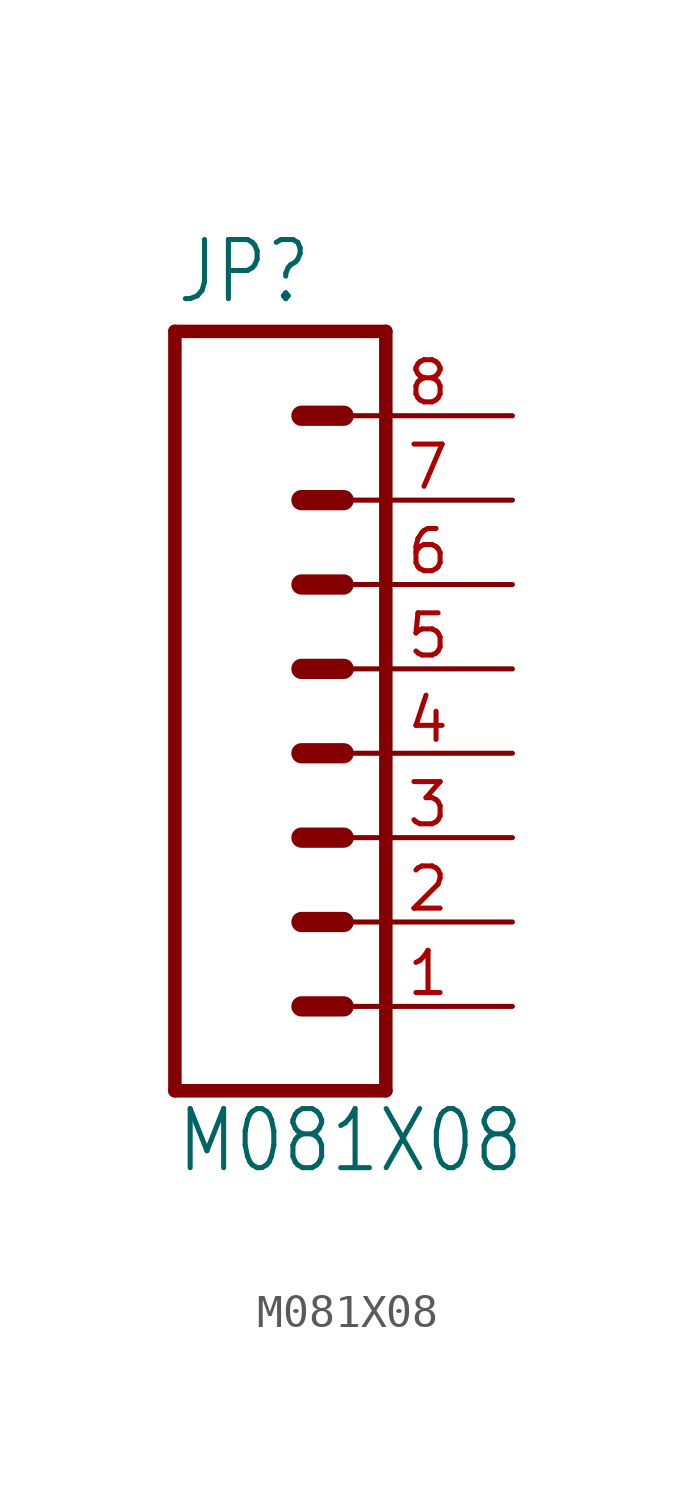
<source format=kicad_sym>
(kicad_symbol_lib
  (version 20201005)
  (generator kicad_symbol_editor)
  (symbol "M081X08"
    (property "Reference" "JP"
      (at -5.08 13.462 0)
      (effects (font (size 1.778 1.511)) (justify left bottom)))
    (property "Value" "M081X08"
      (at -5.08 -12.7 0)
      (effects (font (size 1.778 1.511)) (justify left bottom)))
    (property "ki_locked" ""
      (at 0 0 0)
      (effects (font (size 1.27 1.27))))
    (symbol "M081X08_1_0"
      (polyline (pts (xy 1.27 -10.16) (xy -5.08 -10.16)) (stroke (width 0.406)) (fill (type none)))
      (polyline (pts (xy -1.27 -2.54) (xy 0 -2.54)) (stroke (width 0.61)) (fill (type none)))
      (polyline (pts (xy -1.27 -5.08) (xy 0 -5.08)) (stroke (width 0.61)) (fill (type none)))
      (polyline (pts (xy -1.27 -7.62) (xy 0 -7.62)) (stroke (width 0.61)) (fill (type none)))
      (polyline (pts (xy -5.08 12.7) (xy -5.08 -10.16)) (stroke (width 0.406)) (fill (type none)))
      (polyline (pts (xy 1.27 -10.16) (xy 1.27 12.7)) (stroke (width 0.406)) (fill (type none)))
      (polyline (pts (xy -5.08 12.7) (xy 1.27 12.7)) (stroke (width 0.406)) (fill (type none)))
      (polyline (pts (xy -1.27 2.54) (xy 0 2.54)) (stroke (width 0.61)) (fill (type none)))
      (polyline (pts (xy -1.27 0) (xy 0 0)) (stroke (width 0.61)) (fill (type none)))
      (polyline (pts (xy -1.27 5.08) (xy 0 5.08)) (stroke (width 0.61)) (fill (type none)))
      (polyline (pts (xy -1.27 7.62) (xy 0 7.62)) (stroke (width 0.61)) (fill (type none)))
      (polyline (pts (xy -1.27 10.16) (xy 0 10.16)) (stroke (width 0.61)) (fill (type none)))
      (pin passive line (at 5.08 -7.62 180) (length 5.08) (name "1" (effects (font (size 0 0)))) (number "1" (effects (font (size 1.27 1.27)))))
      (pin passive line (at 5.08 -5.08 180) (length 5.08) (name "2" (effects (font (size 0 0)))) (number "2" (effects (font (size 1.27 1.27)))))
      (pin passive line (at 5.08 -2.54 180) (length 5.08) (name "3" (effects (font (size 0 0)))) (number "3" (effects (font (size 1.27 1.27)))))
      (pin passive line (at 5.08 0 180) (length 5.08) (name "4" (effects (font (size 0 0)))) (number "4" (effects (font (size 1.27 1.27)))))
      (pin passive line (at 5.08 2.54 180) (length 5.08) (name "5" (effects (font (size 0 0)))) (number "5" (effects (font (size 1.27 1.27)))))
      (pin passive line (at 5.08 5.08 180) (length 5.08) (name "6" (effects (font (size 0 0)))) (number "6" (effects (font (size 1.27 1.27)))))
      (pin passive line (at 5.08 7.62 180) (length 5.08) (name "7" (effects (font (size 0 0)))) (number "7" (effects (font (size 1.27 1.27)))))
      (pin passive line (at 5.08 10.16 180) (length 5.08) (name "8" (effects (font (size 0 0)))) (number "8" (effects (font (size 1.27 1.27))))))))
</source>
